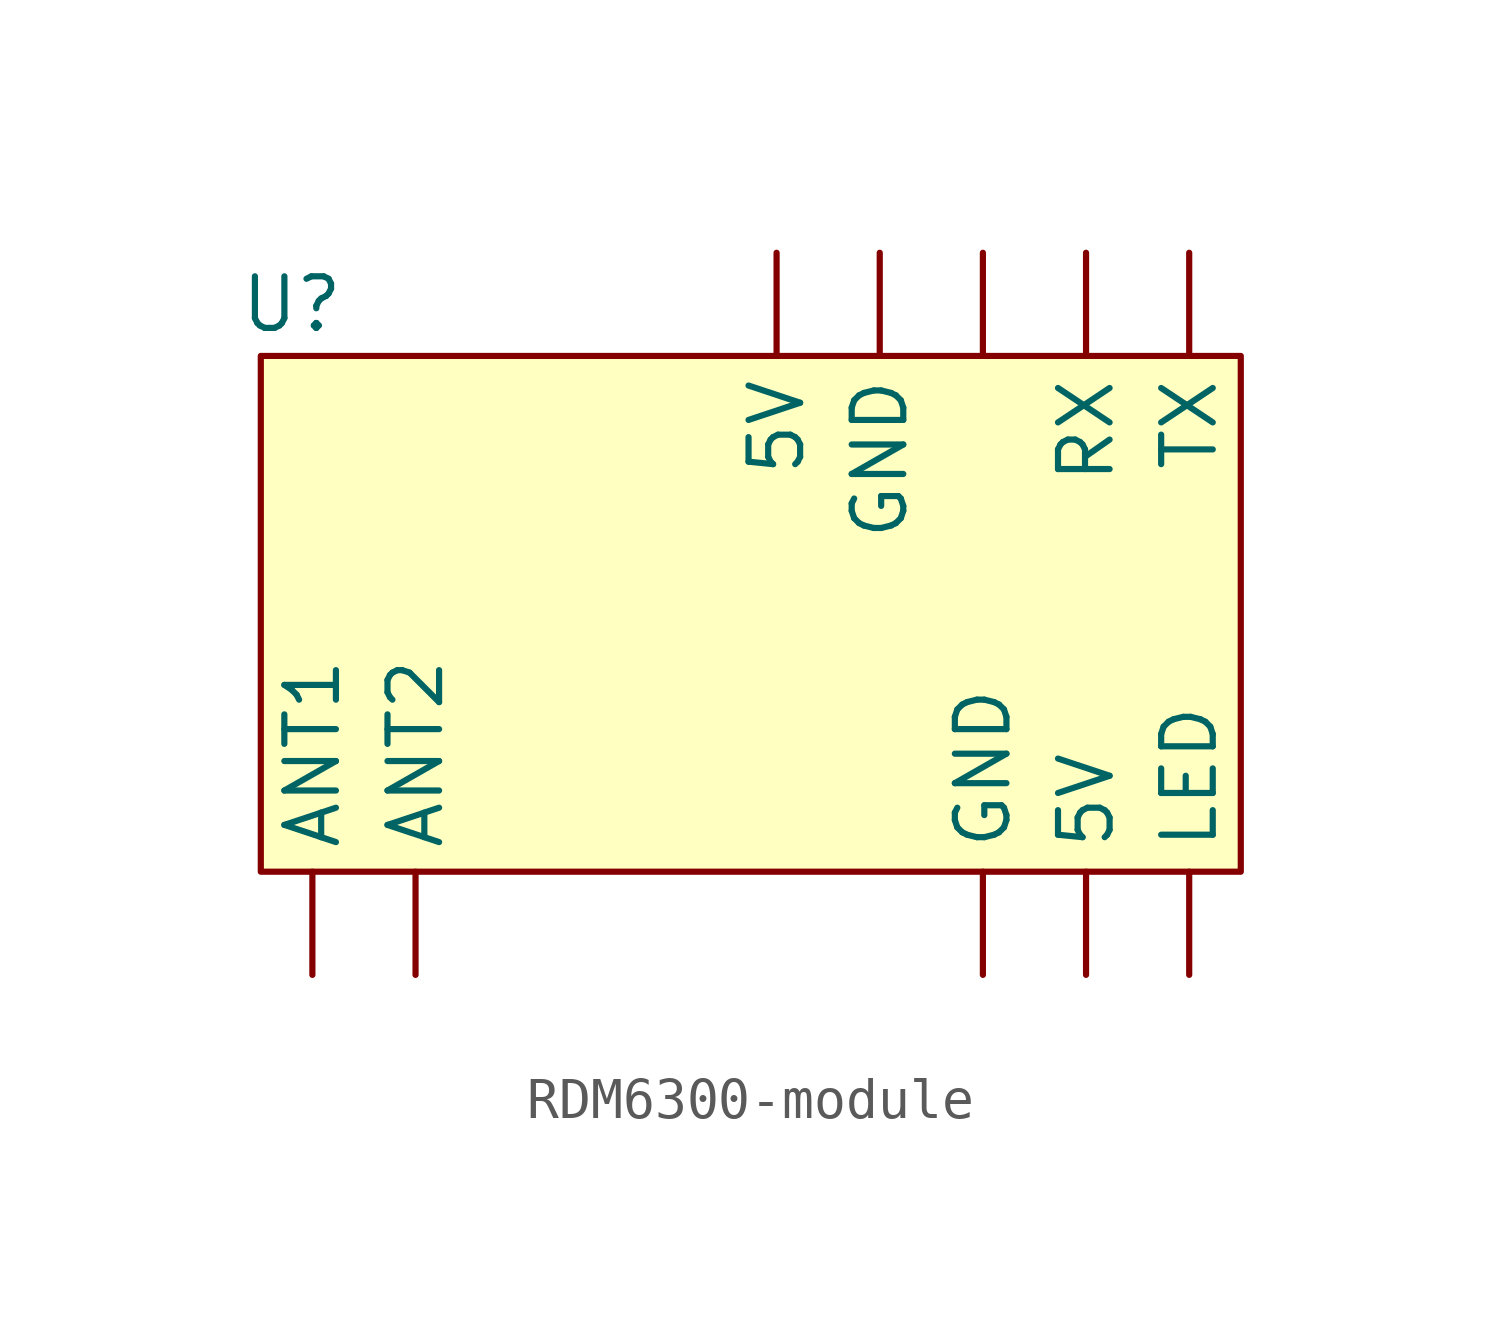
<source format=kicad_sym>
(kicad_symbol_lib
  (version 20241209)
  (generator "kicad_symbol_editor")
  (generator_version "9.0")
  (symbol "RDM6300-module"
    (property "Reference" "U"
      (at -10.668 7.62 0)
      (effects (font (size 1.27 1.27))))
    (property "Value" ""
      (at -2.54 5.08 0)
      (effects (font (size 1.27 1.27))))
    (symbol "RDM6300-module_1_1"
      (rectangle (start -11.43 6.35) (end 12.7 -6.35) (stroke (width 0) (type solid)) (fill (type background)))
      (pin input line (at -10.16 -8.89 90) (length 2.54) (name "ANT1" (effects (font (size 1.27 1.27)))) (number "" (effects (font (size 1.27 1.27)))))
      (pin input line (at -7.62 -8.89 90) (length 2.54) (name "ANT2" (effects (font (size 1.27 1.27)))) (number "" (effects (font (size 1.27 1.27)))))
      (pin input line (at 1.27 8.89 270) (length 2.54) (name "5V" (effects (font (size 1.27 1.27)))) (number "" (effects (font (size 1.27 1.27)))))
      (pin input line (at 3.81 8.89 270) (length 2.54) (name "GND" (effects (font (size 1.27 1.27)))) (number "" (effects (font (size 1.27 1.27)))))
      (pin input line (at 6.35 8.89 270) (length 2.54) (name "" (effects (font (size 1.27 1.27)))) (number "" (effects (font (size 1.27 1.27)))))
      (pin input line (at 6.35 -8.89 90) (length 2.54) (name "GND" (effects (font (size 1.27 1.27)))) (number "" (effects (font (size 1.27 1.27)))))
      (pin input line (at 8.89 8.89 270) (length 2.54) (name "RX" (effects (font (size 1.27 1.27)))) (number "" (effects (font (size 1.27 1.27)))))
      (pin input line (at 8.89 -8.89 90) (length 2.54) (name "5V" (effects (font (size 1.27 1.27)))) (number "" (effects (font (size 1.27 1.27)))))
      (pin input line (at 11.43 8.89 270) (length 2.54) (name "TX" (effects (font (size 1.27 1.27)))) (number "" (effects (font (size 1.27 1.27)))))
      (pin input line (at 11.43 -8.89 90) (length 2.54) (name "LED" (effects (font (size 1.27 1.27)))) (number "" (effects (font (size 1.27 1.27))))))))
</source>
